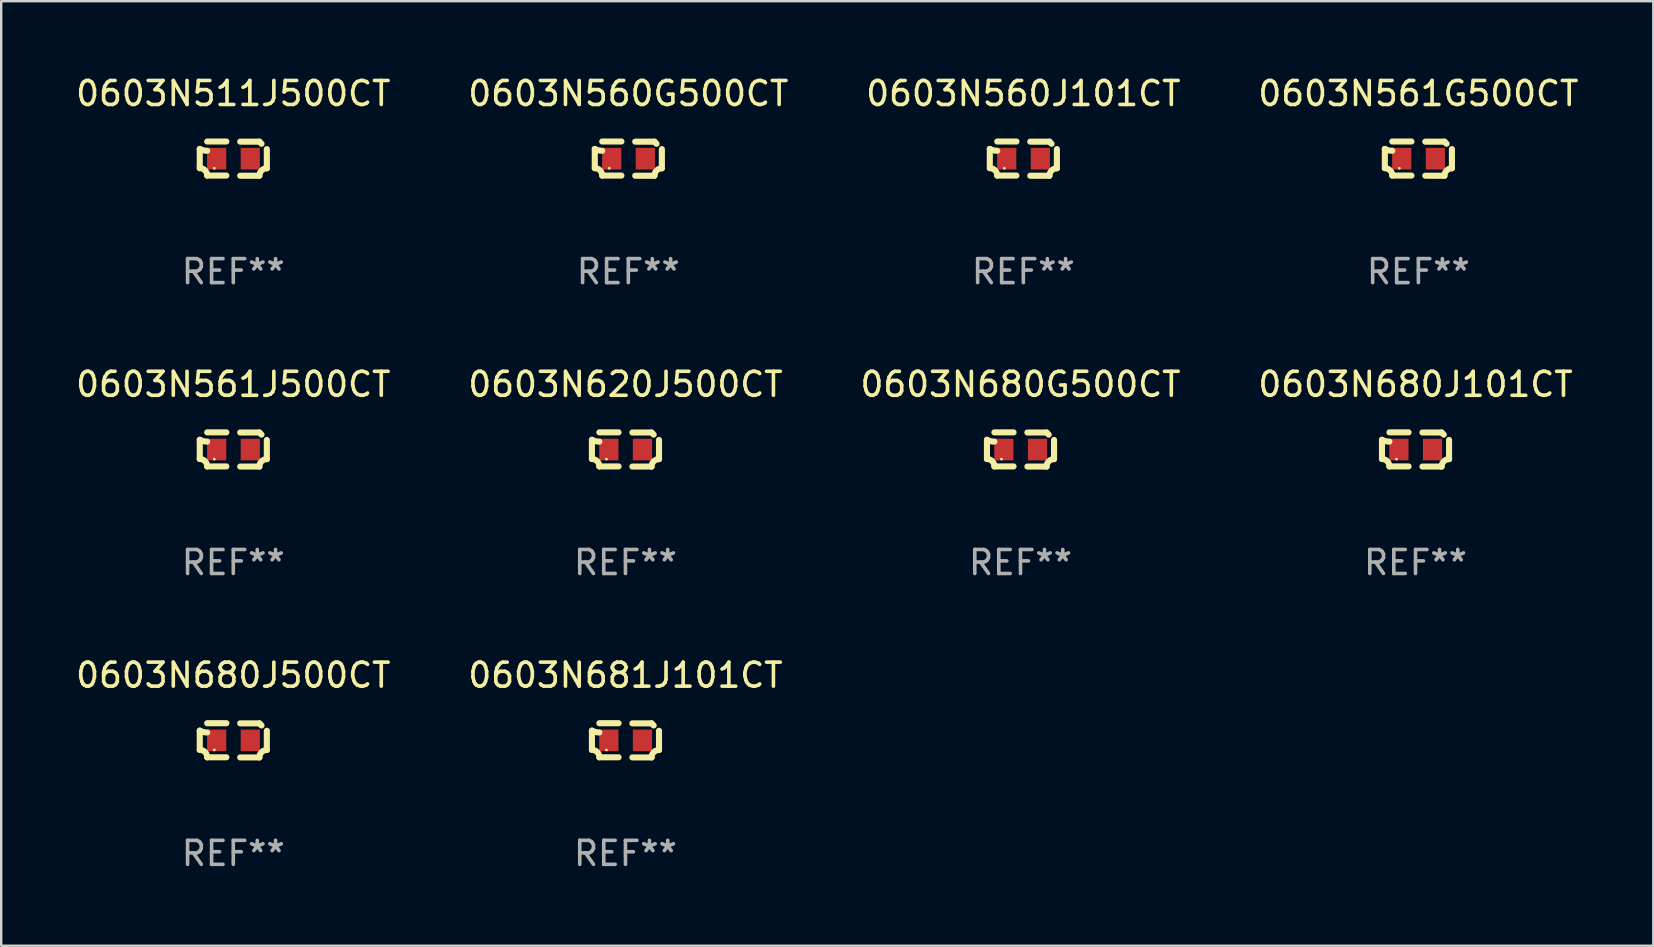
<source format=kicad_pcb>
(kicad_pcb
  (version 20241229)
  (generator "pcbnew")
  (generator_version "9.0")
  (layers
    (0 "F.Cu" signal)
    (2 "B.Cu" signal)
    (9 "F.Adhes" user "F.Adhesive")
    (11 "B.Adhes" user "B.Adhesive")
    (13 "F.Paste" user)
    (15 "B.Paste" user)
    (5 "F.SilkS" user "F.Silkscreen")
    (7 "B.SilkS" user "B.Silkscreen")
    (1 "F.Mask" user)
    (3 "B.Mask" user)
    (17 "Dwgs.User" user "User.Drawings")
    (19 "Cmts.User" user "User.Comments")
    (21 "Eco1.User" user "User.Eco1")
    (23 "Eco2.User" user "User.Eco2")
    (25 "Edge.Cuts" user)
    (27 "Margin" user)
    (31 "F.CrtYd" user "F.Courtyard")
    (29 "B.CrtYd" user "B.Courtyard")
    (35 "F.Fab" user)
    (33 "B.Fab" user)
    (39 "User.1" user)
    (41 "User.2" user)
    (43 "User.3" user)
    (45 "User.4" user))
  (footprint "0603N680J101CT"
    (layer "F.Cu")
    (at 55.946 15.683)
    (property "Reference" "0603N680J101CT" (at 0 -2.713 0) (layer "F.SilkS") (effects (font (size 1 1) (thickness 0.15))))
    (attr through_hole)
    (fp_line (start -1.398 -0.403) (end -1.398 0.397) (stroke (width 0.254) (type solid)) (layer "F.SilkS"))
    (fp_line (start -0.288 -0.713) (end -1.088 -0.713) (stroke (width 0.254) (type solid)) (layer "F.SilkS"))
    (fp_line (start -0.288 0.707) (end -1.088 0.707) (stroke (width 0.254) (type solid)) (layer "F.SilkS"))
    (fp_line (start 0.288 -0.707) (end 1.088 -0.707) (stroke (width 0.254) (type solid)) (layer "F.SilkS"))
    (fp_line (start 0.288 0.713) (end 1.088 0.713) (stroke (width 0.254) (type solid)) (layer "F.SilkS"))
    (fp_line (start 1.398 -0.397) (end 1.398 0.403) (stroke (width 0.254) (type solid)) (layer "F.SilkS"))
    (fp_arc (start -1.397789 0.397066) (mid -1.178701 0.487826) (end -1.08796 0.706922) (stroke (width 0.254001) (type solid)) (layer "F.SilkS"))
    (fp_arc (start -1.08796 -0.327176) (mid -1.247436 -0.346384) (end -1.39779 -0.402908) (stroke (width 0.254001) (type solid)) (layer "F.SilkS"))
    (fp_arc (start 1.087909 0.712738) (mid 1.178656 0.493655) (end 1.397739 0.402908) (stroke (width 0.254001) (type solid)) (layer "F.SilkS"))
    (fp_arc (start 1.175925 -0.618926) (mid 1.131917 -0.662923) (end 1.08791 -0.706922) (stroke (width 0.254001) (type solid)) (layer "F.SilkS"))
    (fp_circle (center -0.792 0.403) (end -0.762 0.403) (stroke (width 0.06) (type solid)) (fill no) (layer "F.SilkS"))
    (fp_text user "REF**" (at 0 4.713 0) (layer "F.Fab") (effects (font (size 1 1) (thickness 0.15))))
    (pad "1" smd rect (at -0.692 0.003) (size 0.8 0.9) (layers "F.Cu" "F.Mask" "F.Paste"))
    (pad "2" smd rect (at 0.708 0.003) (size 0.8 0.9) (layers "F.Cu" "F.Mask" "F.Paste")))
  (footprint "0603N620J500CT"
    (layer "F.Cu")
    (at 23.018 15.683)
    (property "Reference" "0603N620J500CT" (at 0 -2.713 0) (layer "F.SilkS") (effects (font (size 1 1) (thickness 0.15))))
    (attr through_hole)
    (fp_line (start -1.398 -0.403) (end -1.398 0.397) (stroke (width 0.254) (type solid)) (layer "F.SilkS"))
    (fp_line (start -0.288 -0.713) (end -1.088 -0.713) (stroke (width 0.254) (type solid)) (layer "F.SilkS"))
    (fp_line (start -0.288 0.707) (end -1.088 0.707) (stroke (width 0.254) (type solid)) (layer "F.SilkS"))
    (fp_line (start 0.288 -0.707) (end 1.088 -0.707) (stroke (width 0.254) (type solid)) (layer "F.SilkS"))
    (fp_line (start 0.288 0.713) (end 1.088 0.713) (stroke (width 0.254) (type solid)) (layer "F.SilkS"))
    (fp_line (start 1.398 -0.397) (end 1.398 0.403) (stroke (width 0.254) (type solid)) (layer "F.SilkS"))
    (fp_arc (start -1.397789 0.397066) (mid -1.178701 0.487826) (end -1.08796 0.706922) (stroke (width 0.254001) (type solid)) (layer "F.SilkS"))
    (fp_arc (start -1.08796 -0.327176) (mid -1.247436 -0.346384) (end -1.39779 -0.402908) (stroke (width 0.254001) (type solid)) (layer "F.SilkS"))
    (fp_arc (start 1.087909 0.712738) (mid 1.178656 0.493655) (end 1.397739 0.402908) (stroke (width 0.254001) (type solid)) (layer "F.SilkS"))
    (fp_arc (start 1.175925 -0.618926) (mid 1.131917 -0.662923) (end 1.08791 -0.706922) (stroke (width 0.254001) (type solid)) (layer "F.SilkS"))
    (fp_circle (center -0.792 0.403) (end -0.762 0.403) (stroke (width 0.06) (type solid)) (fill no) (layer "F.SilkS"))
    (fp_text user "REF**" (at 0 4.713 0) (layer "F.Fab") (effects (font (size 1 1) (thickness 0.15))))
    (pad "1" smd rect (at -0.692 0.003) (size 0.8 0.9) (layers "F.Cu" "F.Mask" "F.Paste"))
    (pad "2" smd rect (at 0.708 0.003) (size 0.8 0.9) (layers "F.Cu" "F.Mask" "F.Paste")))
  (footprint "0603N680J500CT"
    (layer "F.Cu")
    (at 6.673 27.805)
    (property "Reference" "0603N680J500CT" (at 0 -2.713 0) (layer "F.SilkS") (effects (font (size 1 1) (thickness 0.15))))
    (attr through_hole)
    (fp_line (start -1.398 -0.403) (end -1.398 0.397) (stroke (width 0.254) (type solid)) (layer "F.SilkS"))
    (fp_line (start -0.288 -0.713) (end -1.088 -0.713) (stroke (width 0.254) (type solid)) (layer "F.SilkS"))
    (fp_line (start -0.288 0.707) (end -1.088 0.707) (stroke (width 0.254) (type solid)) (layer "F.SilkS"))
    (fp_line (start 0.288 -0.707) (end 1.088 -0.707) (stroke (width 0.254) (type solid)) (layer "F.SilkS"))
    (fp_line (start 0.288 0.713) (end 1.088 0.713) (stroke (width 0.254) (type solid)) (layer "F.SilkS"))
    (fp_line (start 1.398 -0.397) (end 1.398 0.403) (stroke (width 0.254) (type solid)) (layer "F.SilkS"))
    (fp_arc (start -1.397789 0.397066) (mid -1.178701 0.487826) (end -1.08796 0.706922) (stroke (width 0.254001) (type solid)) (layer "F.SilkS"))
    (fp_arc (start -1.08796 -0.327176) (mid -1.247436 -0.346384) (end -1.39779 -0.402908) (stroke (width 0.254001) (type solid)) (layer "F.SilkS"))
    (fp_arc (start 1.087909 0.712738) (mid 1.178656 0.493655) (end 1.397739 0.402908) (stroke (width 0.254001) (type solid)) (layer "F.SilkS"))
    (fp_arc (start 1.175925 -0.618926) (mid 1.131917 -0.662923) (end 1.08791 -0.706922) (stroke (width 0.254001) (type solid)) (layer "F.SilkS"))
    (fp_circle (center -0.792 0.403) (end -0.762 0.403) (stroke (width 0.06) (type solid)) (fill no) (layer "F.SilkS"))
    (fp_text user "REF**" (at 0 4.713 0) (layer "F.Fab") (effects (font (size 1 1) (thickness 0.15))))
    (pad "1" smd rect (at -0.692 0.003) (size 0.8 0.9) (layers "F.Cu" "F.Mask" "F.Paste"))
    (pad "2" smd rect (at 0.708 0.003) (size 0.8 0.9) (layers "F.Cu" "F.Mask" "F.Paste")))
  (footprint "0603N680G500CT"
    (layer "F.Cu")
    (at 39.482 15.683)
    (property "Reference" "0603N680G500CT" (at 0 -2.713 0) (layer "F.SilkS") (effects (font (size 1 1) (thickness 0.15))))
    (attr through_hole)
    (fp_line (start -1.398 -0.403) (end -1.398 0.397) (stroke (width 0.254) (type solid)) (layer "F.SilkS"))
    (fp_line (start -0.288 -0.713) (end -1.088 -0.713) (stroke (width 0.254) (type solid)) (layer "F.SilkS"))
    (fp_line (start -0.288 0.707) (end -1.088 0.707) (stroke (width 0.254) (type solid)) (layer "F.SilkS"))
    (fp_line (start 0.288 -0.707) (end 1.088 -0.707) (stroke (width 0.254) (type solid)) (layer "F.SilkS"))
    (fp_line (start 0.288 0.713) (end 1.088 0.713) (stroke (width 0.254) (type solid)) (layer "F.SilkS"))
    (fp_line (start 1.398 -0.397) (end 1.398 0.403) (stroke (width 0.254) (type solid)) (layer "F.SilkS"))
    (fp_arc (start -1.397789 0.397066) (mid -1.178701 0.487826) (end -1.08796 0.706922) (stroke (width 0.254001) (type solid)) (layer "F.SilkS"))
    (fp_arc (start -1.08796 -0.327176) (mid -1.247436 -0.346384) (end -1.39779 -0.402908) (stroke (width 0.254001) (type solid)) (layer "F.SilkS"))
    (fp_arc (start 1.087909 0.712738) (mid 1.178656 0.493655) (end 1.397739 0.402908) (stroke (width 0.254001) (type solid)) (layer "F.SilkS"))
    (fp_arc (start 1.175925 -0.618926) (mid 1.131917 -0.662923) (end 1.08791 -0.706922) (stroke (width 0.254001) (type solid)) (layer "F.SilkS"))
    (fp_circle (center -0.792 0.403) (end -0.762 0.403) (stroke (width 0.06) (type solid)) (fill no) (layer "F.SilkS"))
    (fp_text user "REF**" (at 0 4.713 0) (layer "F.Fab") (effects (font (size 1 1) (thickness 0.15))))
    (pad "1" smd rect (at -0.692 0.003) (size 0.8 0.9) (layers "F.Cu" "F.Mask" "F.Paste"))
    (pad "2" smd rect (at 0.708 0.003) (size 0.8 0.9) (layers "F.Cu" "F.Mask" "F.Paste")))
  (footprint "0603N561G500CT"
    (layer "F.Cu")
    (at 56.065 3.561)
    (property "Reference" "0603N561G500CT" (at 0 -2.713 0) (layer "F.SilkS") (effects (font (size 1 1) (thickness 0.15))))
    (attr through_hole)
    (fp_line (start -1.398 -0.403) (end -1.398 0.397) (stroke (width 0.254) (type solid)) (layer "F.SilkS"))
    (fp_line (start -0.288 -0.713) (end -1.088 -0.713) (stroke (width 0.254) (type solid)) (layer "F.SilkS"))
    (fp_line (start -0.288 0.707) (end -1.088 0.707) (stroke (width 0.254) (type solid)) (layer "F.SilkS"))
    (fp_line (start 0.288 -0.707) (end 1.088 -0.707) (stroke (width 0.254) (type solid)) (layer "F.SilkS"))
    (fp_line (start 0.288 0.713) (end 1.088 0.713) (stroke (width 0.254) (type solid)) (layer "F.SilkS"))
    (fp_line (start 1.398 -0.397) (end 1.398 0.403) (stroke (width 0.254) (type solid)) (layer "F.SilkS"))
    (fp_arc (start -1.397789 0.397066) (mid -1.178701 0.487826) (end -1.08796 0.706922) (stroke (width 0.254001) (type solid)) (layer "F.SilkS"))
    (fp_arc (start -1.08796 -0.327176) (mid -1.247436 -0.346384) (end -1.39779 -0.402908) (stroke (width 0.254001) (type solid)) (layer "F.SilkS"))
    (fp_arc (start 1.087909 0.712738) (mid 1.178656 0.493655) (end 1.397739 0.402908) (stroke (width 0.254001) (type solid)) (layer "F.SilkS"))
    (fp_arc (start 1.175925 -0.618926) (mid 1.131917 -0.662923) (end 1.08791 -0.706922) (stroke (width 0.254001) (type solid)) (layer "F.SilkS"))
    (fp_circle (center -0.792 0.403) (end -0.762 0.403) (stroke (width 0.06) (type solid)) (fill no) (layer "F.SilkS"))
    (fp_text user "REF**" (at 0 4.713 0) (layer "F.Fab") (effects (font (size 1 1) (thickness 0.15))))
    (pad "1" smd rect (at -0.692 0.003) (size 0.8 0.9) (layers "F.Cu" "F.Mask" "F.Paste"))
    (pad "2" smd rect (at 0.708 0.003) (size 0.8 0.9) (layers "F.Cu" "F.Mask" "F.Paste")))
  (footprint "0603N560G500CT"
    (layer "F.Cu")
    (at 23.137 3.561)
    (property "Reference" "0603N560G500CT" (at 0 -2.713 0) (layer "F.SilkS") (effects (font (size 1 1) (thickness 0.15))))
    (attr through_hole)
    (fp_line (start -1.398 -0.403) (end -1.398 0.397) (stroke (width 0.254) (type solid)) (layer "F.SilkS"))
    (fp_line (start -0.288 -0.713) (end -1.088 -0.713) (stroke (width 0.254) (type solid)) (layer "F.SilkS"))
    (fp_line (start -0.288 0.707) (end -1.088 0.707) (stroke (width 0.254) (type solid)) (layer "F.SilkS"))
    (fp_line (start 0.288 -0.707) (end 1.088 -0.707) (stroke (width 0.254) (type solid)) (layer "F.SilkS"))
    (fp_line (start 0.288 0.713) (end 1.088 0.713) (stroke (width 0.254) (type solid)) (layer "F.SilkS"))
    (fp_line (start 1.398 -0.397) (end 1.398 0.403) (stroke (width 0.254) (type solid)) (layer "F.SilkS"))
    (fp_arc (start -1.397789 0.397066) (mid -1.178701 0.487826) (end -1.08796 0.706922) (stroke (width 0.254001) (type solid)) (layer "F.SilkS"))
    (fp_arc (start -1.08796 -0.327176) (mid -1.247436 -0.346384) (end -1.39779 -0.402908) (stroke (width 0.254001) (type solid)) (layer "F.SilkS"))
    (fp_arc (start 1.087909 0.712738) (mid 1.178656 0.493655) (end 1.397739 0.402908) (stroke (width 0.254001) (type solid)) (layer "F.SilkS"))
    (fp_arc (start 1.175925 -0.618926) (mid 1.131917 -0.662923) (end 1.08791 -0.706922) (stroke (width 0.254001) (type solid)) (layer "F.SilkS"))
    (fp_circle (center -0.792 0.403) (end -0.762 0.403) (stroke (width 0.06) (type solid)) (fill no) (layer "F.SilkS"))
    (fp_text user "REF**" (at 0 4.713 0) (layer "F.Fab") (effects (font (size 1 1) (thickness 0.15))))
    (pad "1" smd rect (at -0.692 0.003) (size 0.8 0.9) (layers "F.Cu" "F.Mask" "F.Paste"))
    (pad "2" smd rect (at 0.708 0.003) (size 0.8 0.9) (layers "F.Cu" "F.Mask" "F.Paste")))
  (footprint "0603N511J500CT"
    (layer "F.Cu")
    (at 6.673 3.561)
    (property "Reference" "0603N511J500CT" (at 0 -2.713 0) (layer "F.SilkS") (effects (font (size 1 1) (thickness 0.15))))
    (attr through_hole)
    (fp_line (start -1.398 -0.403) (end -1.398 0.397) (stroke (width 0.254) (type solid)) (layer "F.SilkS"))
    (fp_line (start -0.288 -0.713) (end -1.088 -0.713) (stroke (width 0.254) (type solid)) (layer "F.SilkS"))
    (fp_line (start -0.288 0.707) (end -1.088 0.707) (stroke (width 0.254) (type solid)) (layer "F.SilkS"))
    (fp_line (start 0.288 -0.707) (end 1.088 -0.707) (stroke (width 0.254) (type solid)) (layer "F.SilkS"))
    (fp_line (start 0.288 0.713) (end 1.088 0.713) (stroke (width 0.254) (type solid)) (layer "F.SilkS"))
    (fp_line (start 1.398 -0.397) (end 1.398 0.403) (stroke (width 0.254) (type solid)) (layer "F.SilkS"))
    (fp_arc (start -1.397789 0.397066) (mid -1.178701 0.487826) (end -1.08796 0.706922) (stroke (width 0.254001) (type solid)) (layer "F.SilkS"))
    (fp_arc (start -1.08796 -0.327176) (mid -1.247436 -0.346384) (end -1.39779 -0.402908) (stroke (width 0.254001) (type solid)) (layer "F.SilkS"))
    (fp_arc (start 1.087909 0.712738) (mid 1.178656 0.493655) (end 1.397739 0.402908) (stroke (width 0.254001) (type solid)) (layer "F.SilkS"))
    (fp_arc (start 1.175925 -0.618926) (mid 1.131917 -0.662923) (end 1.08791 -0.706922) (stroke (width 0.254001) (type solid)) (layer "F.SilkS"))
    (fp_circle (center -0.792 0.403) (end -0.762 0.403) (stroke (width 0.06) (type solid)) (fill no) (layer "F.SilkS"))
    (fp_text user "REF**" (at 0 4.713 0) (layer "F.Fab") (effects (font (size 1 1) (thickness 0.15))))
    (pad "1" smd rect (at -0.692 0.003) (size 0.8 0.9) (layers "F.Cu" "F.Mask" "F.Paste"))
    (pad "2" smd rect (at 0.708 0.003) (size 0.8 0.9) (layers "F.Cu" "F.Mask" "F.Paste")))
  (footprint "0603N561J500CT"
    (layer "F.Cu")
    (at 6.673 15.683)
    (property "Reference" "0603N561J500CT" (at 0 -2.713 0) (layer "F.SilkS") (effects (font (size 1 1) (thickness 0.15))))
    (attr through_hole)
    (fp_line (start -1.398 -0.403) (end -1.398 0.397) (stroke (width 0.254) (type solid)) (layer "F.SilkS"))
    (fp_line (start -0.288 -0.713) (end -1.088 -0.713) (stroke (width 0.254) (type solid)) (layer "F.SilkS"))
    (fp_line (start -0.288 0.707) (end -1.088 0.707) (stroke (width 0.254) (type solid)) (layer "F.SilkS"))
    (fp_line (start 0.288 -0.707) (end 1.088 -0.707) (stroke (width 0.254) (type solid)) (layer "F.SilkS"))
    (fp_line (start 0.288 0.713) (end 1.088 0.713) (stroke (width 0.254) (type solid)) (layer "F.SilkS"))
    (fp_line (start 1.398 -0.397) (end 1.398 0.403) (stroke (width 0.254) (type solid)) (layer "F.SilkS"))
    (fp_arc (start -1.397789 0.397066) (mid -1.178701 0.487826) (end -1.08796 0.706922) (stroke (width 0.254001) (type solid)) (layer "F.SilkS"))
    (fp_arc (start -1.08796 -0.327176) (mid -1.247436 -0.346384) (end -1.39779 -0.402908) (stroke (width 0.254001) (type solid)) (layer "F.SilkS"))
    (fp_arc (start 1.087909 0.712738) (mid 1.178656 0.493655) (end 1.397739 0.402908) (stroke (width 0.254001) (type solid)) (layer "F.SilkS"))
    (fp_arc (start 1.175925 -0.618926) (mid 1.131917 -0.662923) (end 1.08791 -0.706922) (stroke (width 0.254001) (type solid)) (layer "F.SilkS"))
    (fp_circle (center -0.792 0.403) (end -0.762 0.403) (stroke (width 0.06) (type solid)) (fill no) (layer "F.SilkS"))
    (fp_text user "REF**" (at 0 4.713 0) (layer "F.Fab") (effects (font (size 1 1) (thickness 0.15))))
    (pad "1" smd rect (at -0.692 0.003) (size 0.8 0.9) (layers "F.Cu" "F.Mask" "F.Paste"))
    (pad "2" smd rect (at 0.708 0.003) (size 0.8 0.9) (layers "F.Cu" "F.Mask" "F.Paste")))
  (footprint "0603N681J101CT"
    (layer "F.Cu")
    (at 23.018 27.805)
    (property "Reference" "0603N681J101CT" (at 0 -2.713 0) (layer "F.SilkS") (effects (font (size 1 1) (thickness 0.15))))
    (attr through_hole)
    (fp_line (start -1.398 -0.403) (end -1.398 0.397) (stroke (width 0.254) (type solid)) (layer "F.SilkS"))
    (fp_line (start -0.288 -0.713) (end -1.088 -0.713) (stroke (width 0.254) (type solid)) (layer "F.SilkS"))
    (fp_line (start -0.288 0.707) (end -1.088 0.707) (stroke (width 0.254) (type solid)) (layer "F.SilkS"))
    (fp_line (start 0.288 -0.707) (end 1.088 -0.707) (stroke (width 0.254) (type solid)) (layer "F.SilkS"))
    (fp_line (start 0.288 0.713) (end 1.088 0.713) (stroke (width 0.254) (type solid)) (layer "F.SilkS"))
    (fp_line (start 1.398 -0.397) (end 1.398 0.403) (stroke (width 0.254) (type solid)) (layer "F.SilkS"))
    (fp_arc (start -1.397789 0.397066) (mid -1.178701 0.487826) (end -1.08796 0.706922) (stroke (width 0.254001) (type solid)) (layer "F.SilkS"))
    (fp_arc (start -1.08796 -0.327176) (mid -1.247436 -0.346384) (end -1.39779 -0.402908) (stroke (width 0.254001) (type solid)) (layer "F.SilkS"))
    (fp_arc (start 1.087909 0.712738) (mid 1.178656 0.493655) (end 1.397739 0.402908) (stroke (width 0.254001) (type solid)) (layer "F.SilkS"))
    (fp_arc (start 1.175925 -0.618926) (mid 1.131917 -0.662923) (end 1.08791 -0.706922) (stroke (width 0.254001) (type solid)) (layer "F.SilkS"))
    (fp_circle (center -0.792 0.403) (end -0.762 0.403) (stroke (width 0.06) (type solid)) (fill no) (layer "F.SilkS"))
    (fp_text user "REF**" (at 0 4.713 0) (layer "F.Fab") (effects (font (size 1 1) (thickness 0.15))))
    (pad "1" smd rect (at -0.692 0.003) (size 0.8 0.9) (layers "F.Cu" "F.Mask" "F.Paste"))
    (pad "2" smd rect (at 0.708 0.003) (size 0.8 0.9) (layers "F.Cu" "F.Mask" "F.Paste")))
  (footprint "0603N560J101CT"
    (layer "F.Cu")
    (at 39.601 3.561)
    (property "Reference" "0603N560J101CT" (at 0 -2.713 0) (layer "F.SilkS") (effects (font (size 1 1) (thickness 0.15))))
    (attr through_hole)
    (fp_line (start -1.398 -0.403) (end -1.398 0.397) (stroke (width 0.254) (type solid)) (layer "F.SilkS"))
    (fp_line (start -0.288 -0.713) (end -1.088 -0.713) (stroke (width 0.254) (type solid)) (layer "F.SilkS"))
    (fp_line (start -0.288 0.707) (end -1.088 0.707) (stroke (width 0.254) (type solid)) (layer "F.SilkS"))
    (fp_line (start 0.288 -0.707) (end 1.088 -0.707) (stroke (width 0.254) (type solid)) (layer "F.SilkS"))
    (fp_line (start 0.288 0.713) (end 1.088 0.713) (stroke (width 0.254) (type solid)) (layer "F.SilkS"))
    (fp_line (start 1.398 -0.397) (end 1.398 0.403) (stroke (width 0.254) (type solid)) (layer "F.SilkS"))
    (fp_arc (start -1.397789 0.397066) (mid -1.178701 0.487826) (end -1.08796 0.706922) (stroke (width 0.254001) (type solid)) (layer "F.SilkS"))
    (fp_arc (start -1.08796 -0.327176) (mid -1.247436 -0.346384) (end -1.39779 -0.402908) (stroke (width 0.254001) (type solid)) (layer "F.SilkS"))
    (fp_arc (start 1.087909 0.712738) (mid 1.178656 0.493655) (end 1.397739 0.402908) (stroke (width 0.254001) (type solid)) (layer "F.SilkS"))
    (fp_arc (start 1.175925 -0.618926) (mid 1.131917 -0.662923) (end 1.08791 -0.706922) (stroke (width 0.254001) (type solid)) (layer "F.SilkS"))
    (fp_circle (center -0.792 0.403) (end -0.762 0.403) (stroke (width 0.06) (type solid)) (fill no) (layer "F.SilkS"))
    (fp_text user "REF**" (at 0 4.713 0) (layer "F.Fab") (effects (font (size 1 1) (thickness 0.15))))
    (pad "1" smd rect (at -0.692 0.003) (size 0.8 0.9) (layers "F.Cu" "F.Mask" "F.Paste"))
    (pad "2" smd rect (at 0.708 0.003) (size 0.8 0.9) (layers "F.Cu" "F.Mask" "F.Paste")))
  (gr_rect
    (start -3 -3)
    (end 65.857 36.366)
    (stroke (width 0.1) (type default))
    (fill no)
    (layer "Edge.Cuts")))
</source>
